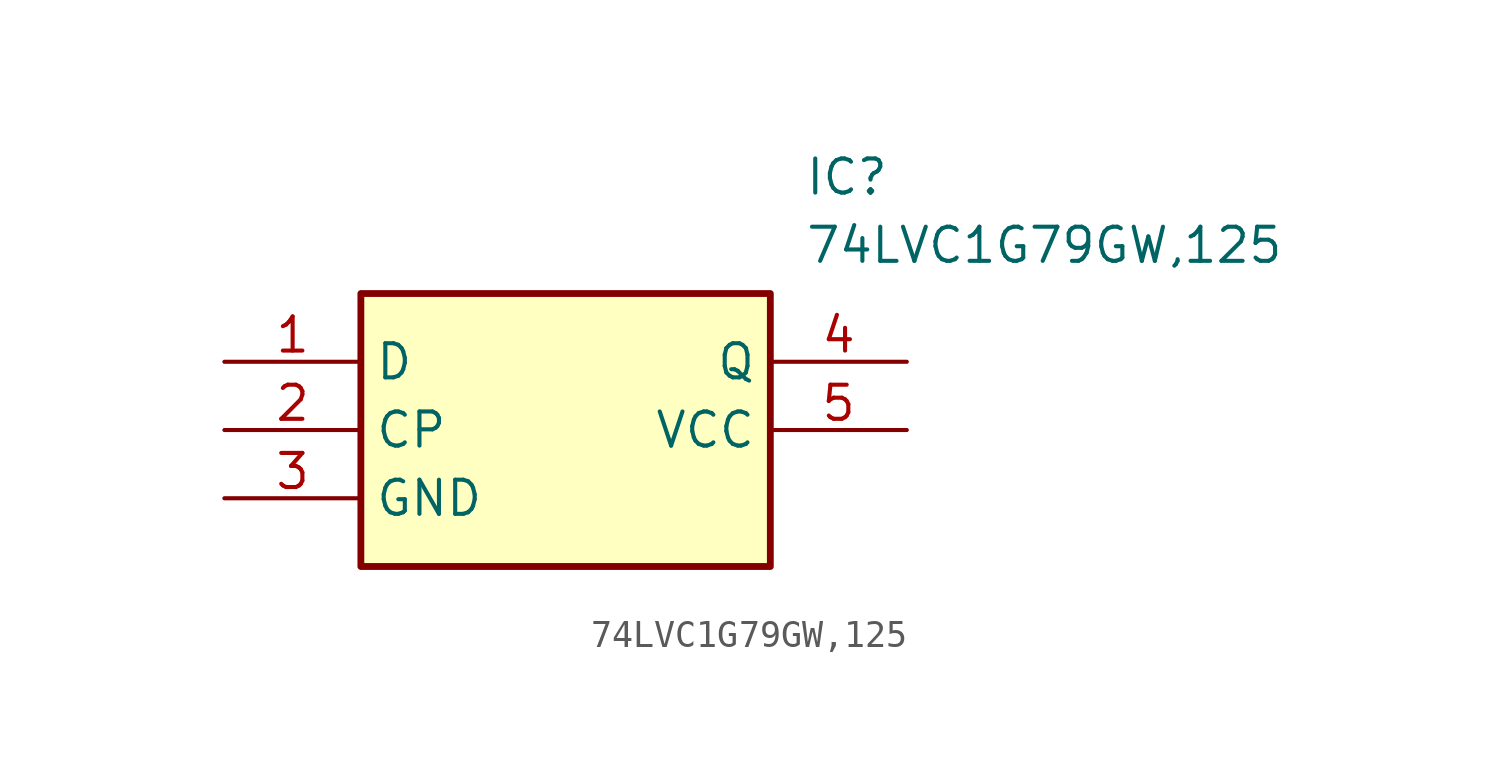
<source format=kicad_sym>
(kicad_symbol_lib
  (version 20211014)
  (generator SamacSys_ECAD_Model)
  (symbol "74LVC1G79GW,125"
    (property "Reference" "IC"
      (at 21.59 7.62 0)
      (effects (font (size 1.27 1.27)) (justify left top)))
    (property "Value" "74LVC1G79GW,125"
      (at 21.59 5.08 0)
      (effects (font (size 1.27 1.27)) (justify left top)))
    (rectangle
      (start 5.08 2.54)
      (end 20.32 -7.62)
      (stroke (width 0.254) (type default))
      (fill (type background)))
    (pin passive line
      (at 0 0 0)
      (length 5.08)
      (name "D" (effects (font (size 1.27 1.27))))
      (number "1" (effects (font (size 1.27 1.27)))))
    (pin passive line
      (at 0 -2.54 0)
      (length 5.08)
      (name "CP" (effects (font (size 1.27 1.27))))
      (number "2" (effects (font (size 1.27 1.27)))))
    (pin passive line
      (at 0 -5.08 0)
      (length 5.08)
      (name "GND" (effects (font (size 1.27 1.27))))
      (number "3" (effects (font (size 1.27 1.27)))))
    (pin passive line
      (at 25.4 0 180)
      (length 5.08)
      (name "Q" (effects (font (size 1.27 1.27))))
      (number "4" (effects (font (size 1.27 1.27)))))
    (pin passive line
      (at 25.4 -2.54 180)
      (length 5.08)
      (name "VCC" (effects (font (size 1.27 1.27))))
      (number "5" (effects (font (size 1.27 1.27)))))))
</source>
